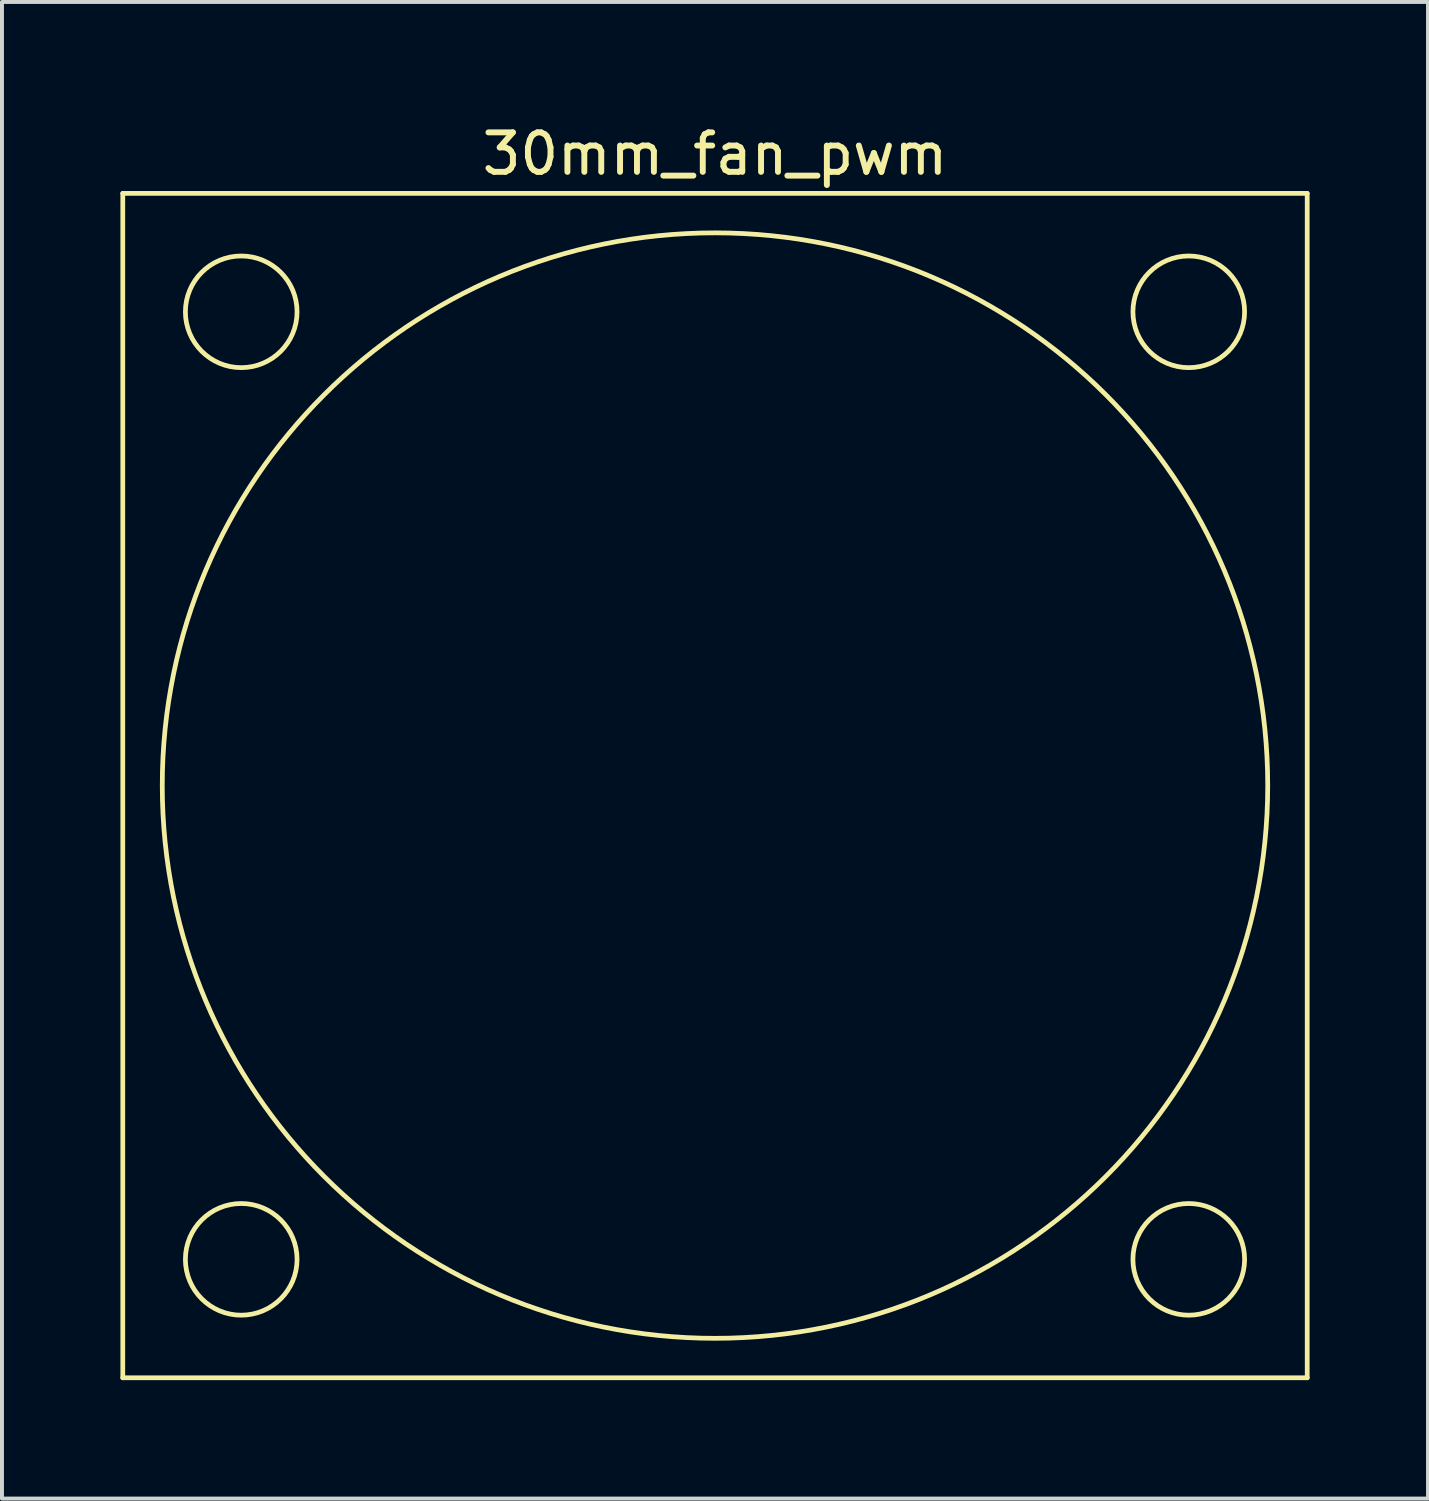
<source format=kicad_pcb>
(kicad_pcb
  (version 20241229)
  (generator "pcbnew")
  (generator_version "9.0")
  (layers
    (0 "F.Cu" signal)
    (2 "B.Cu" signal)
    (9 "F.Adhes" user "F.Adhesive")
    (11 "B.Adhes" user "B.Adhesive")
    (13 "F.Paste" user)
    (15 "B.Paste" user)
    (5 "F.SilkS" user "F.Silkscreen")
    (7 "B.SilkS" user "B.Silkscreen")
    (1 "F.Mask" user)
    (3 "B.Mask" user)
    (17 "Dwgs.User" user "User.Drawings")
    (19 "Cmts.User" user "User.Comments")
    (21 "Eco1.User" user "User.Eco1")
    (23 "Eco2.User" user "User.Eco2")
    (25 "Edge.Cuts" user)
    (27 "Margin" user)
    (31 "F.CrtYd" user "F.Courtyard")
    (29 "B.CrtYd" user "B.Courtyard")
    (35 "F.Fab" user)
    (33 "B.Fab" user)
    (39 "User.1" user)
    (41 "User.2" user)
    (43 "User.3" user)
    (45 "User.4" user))
  (footprint "30mm_fan_pwm"
    (layer "F.Cu")
    (at 15.06 16.848)
    (property "Reference" "30mm_fan_pwm" (at 0 -16 0) (layer "F.SilkS") (effects (font (size 1 1) (thickness 0.15))))
    (attr through_hole)
    (fp_line (start -15 -15) (end -15 15) (stroke (width 0.12) (type solid)) (layer "F.SilkS"))
    (fp_line (start -15 15) (end 15 15) (stroke (width 0.12) (type solid)) (layer "F.SilkS"))
    (fp_line (start 15 -15) (end -15 -15) (stroke (width 0.12) (type solid)) (layer "F.SilkS"))
    (fp_line (start 15 15) (end 15 -15) (stroke (width 0.12) (type solid)) (layer "F.SilkS"))
    (fp_circle (center -12 -12) (end -13 -13) (stroke (width 0.12) (type solid)) (fill no) (layer "F.SilkS"))
    (fp_circle (center -12 12) (end -13 13) (stroke (width 0.12) (type solid)) (fill no) (layer "F.SilkS"))
    (fp_circle (center 0 0) (end 14 0) (stroke (width 0.12) (type solid)) (fill no) (layer "F.SilkS"))
    (fp_circle (center 12 -12) (end 13 -13) (stroke (width 0.12) (type solid)) (fill no) (layer "F.SilkS"))
    (fp_circle (center 12 12) (end 13 13) (stroke (width 0.12) (type solid)) (fill no) (layer "F.SilkS")))
  (gr_rect
    (start -3 -3)
    (end 33.12 34.908)
    (stroke (width 0.1) (type default))
    (fill no)
    (layer "Edge.Cuts")))
</source>
